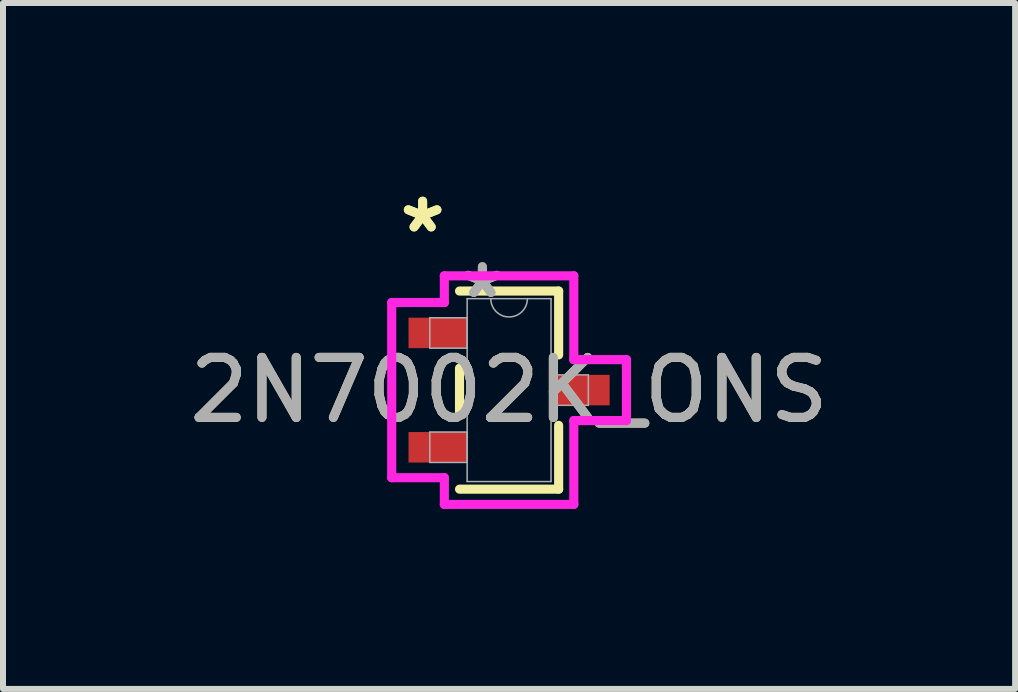
<source format=kicad_pcb>
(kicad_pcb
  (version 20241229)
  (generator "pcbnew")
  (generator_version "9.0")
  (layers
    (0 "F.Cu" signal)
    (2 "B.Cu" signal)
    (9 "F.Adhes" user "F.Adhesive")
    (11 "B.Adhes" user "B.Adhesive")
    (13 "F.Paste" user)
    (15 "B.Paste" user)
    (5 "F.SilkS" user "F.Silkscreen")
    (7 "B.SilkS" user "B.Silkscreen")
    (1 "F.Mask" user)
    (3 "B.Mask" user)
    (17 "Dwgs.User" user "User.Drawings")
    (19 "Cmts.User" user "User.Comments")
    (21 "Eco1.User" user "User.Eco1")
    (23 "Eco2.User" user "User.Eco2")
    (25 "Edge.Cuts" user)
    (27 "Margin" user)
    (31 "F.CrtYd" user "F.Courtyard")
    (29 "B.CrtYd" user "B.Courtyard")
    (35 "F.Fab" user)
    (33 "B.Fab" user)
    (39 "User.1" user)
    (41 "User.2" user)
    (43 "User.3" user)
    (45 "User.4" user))
  (footprint "2N7002K_ONS"
    (layer "F.Cu")
    (at 5.435 3.452)
    (property "Reference" "2N7002K_ONS" (at 0 0 0) (unlocked yes) (layer "F.SilkS") (effects (font (size 1 1) (thickness 0.15))))
    (attr smd)
    (fp_line (start -0.826 -0.366) (end -0.826 0.366) (stroke (width 0.152) (type solid)) (layer "F.SilkS"))
    (fp_line (start -0.826 1.651) (end 0.826 1.651) (stroke (width 0.152) (type solid)) (layer "F.SilkS"))
    (fp_line (start 0.826 -1.651) (end -0.826 -1.651) (stroke (width 0.152) (type solid)) (layer "F.SilkS"))
    (fp_line (start 0.826 -0.587) (end 0.826 -1.651) (stroke (width 0.152) (type solid)) (layer "F.SilkS"))
    (fp_line (start 0.826 1.651) (end 0.826 0.587) (stroke (width 0.152) (type solid)) (layer "F.SilkS"))
    (fp_line (start -1.956 -1.46) (end -1.079 -1.46) (stroke (width 0.152) (type solid)) (layer "F.CrtYd"))
    (fp_line (start -1.956 1.46) (end -1.956 -1.46) (stroke (width 0.152) (type solid)) (layer "F.CrtYd"))
    (fp_line (start -1.079 -1.905) (end 1.079 -1.905) (stroke (width 0.152) (type solid)) (layer "F.CrtYd"))
    (fp_line (start -1.079 -1.46) (end -1.079 -1.905) (stroke (width 0.152) (type solid)) (layer "F.CrtYd"))
    (fp_line (start -1.079 1.46) (end -1.956 1.46) (stroke (width 0.152) (type solid)) (layer "F.CrtYd"))
    (fp_line (start -1.079 1.905) (end -1.079 1.46) (stroke (width 0.152) (type solid)) (layer "F.CrtYd"))
    (fp_line (start 1.079 -1.905) (end 1.079 -0.508) (stroke (width 0.152) (type solid)) (layer "F.CrtYd"))
    (fp_line (start 1.079 -0.508) (end 1.956 -0.508) (stroke (width 0.152) (type solid)) (layer "F.CrtYd"))
    (fp_line (start 1.079 0.508) (end 1.079 1.905) (stroke (width 0.152) (type solid)) (layer "F.CrtYd"))
    (fp_line (start 1.079 1.905) (end -1.079 1.905) (stroke (width 0.152) (type solid)) (layer "F.CrtYd"))
    (fp_line (start 1.956 -0.508) (end 1.956 0.508) (stroke (width 0.152) (type solid)) (layer "F.CrtYd"))
    (fp_line (start 1.956 0.508) (end 1.079 0.508) (stroke (width 0.152) (type solid)) (layer "F.CrtYd"))
    (fp_line (start -1.321 -1.206) (end -1.321 -0.699) (stroke (width 0.025) (type solid)) (layer "F.Fab"))
    (fp_line (start -1.321 -0.699) (end -0.699 -0.699) (stroke (width 0.025) (type solid)) (layer "F.Fab"))
    (fp_line (start -1.321 0.699) (end -1.321 1.206) (stroke (width 0.025) (type solid)) (layer "F.Fab"))
    (fp_line (start -1.321 1.206) (end -0.699 1.206) (stroke (width 0.025) (type solid)) (layer "F.Fab"))
    (fp_line (start -0.699 -1.524) (end -0.699 1.524) (stroke (width 0.025) (type solid)) (layer "F.Fab"))
    (fp_line (start -0.699 -1.206) (end -1.321 -1.206) (stroke (width 0.025) (type solid)) (layer "F.Fab"))
    (fp_line (start -0.699 -0.699) (end -0.699 -1.206) (stroke (width 0.025) (type solid)) (layer "F.Fab"))
    (fp_line (start -0.699 0.699) (end -1.321 0.699) (stroke (width 0.025) (type solid)) (layer "F.Fab"))
    (fp_line (start -0.699 1.206) (end -0.699 0.699) (stroke (width 0.025) (type solid)) (layer "F.Fab"))
    (fp_line (start -0.699 1.524) (end 0.699 1.524) (stroke (width 0.025) (type solid)) (layer "F.Fab"))
    (fp_line (start 0.699 -1.524) (end -0.699 -1.524) (stroke (width 0.025) (type solid)) (layer "F.Fab"))
    (fp_line (start 0.699 -0.254) (end 0.699 0.254) (stroke (width 0.025) (type solid)) (layer "F.Fab"))
    (fp_line (start 0.699 0.254) (end 1.321 0.254) (stroke (width 0.025) (type solid)) (layer "F.Fab"))
    (fp_line (start 0.699 1.524) (end 0.699 -1.524) (stroke (width 0.025) (type solid)) (layer "F.Fab"))
    (fp_line (start 1.321 -0.254) (end 0.699 -0.254) (stroke (width 0.025) (type solid)) (layer "F.Fab"))
    (fp_line (start 1.321 0.254) (end 1.321 -0.254) (stroke (width 0.025) (type solid)) (layer "F.Fab"))
    (fp_arc (start 0.3048 -1.524) (mid 0 -1.2192) (end -0.3048 -1.524) (stroke (width 0.0254) (type solid)) (layer "F.Fab"))
    (fp_text user "*" (at -1.441 -2.603 0) (unlocked yes) (layer "F.SilkS") (effects (font (size 1 1) (thickness 0.15))))
    (fp_text user "*" (at -1.441 -2.603 0) (layer "F.SilkS") (effects (font (size 1 1) (thickness 0.15))))
    (fp_text user "*" (at -0.445 -1.511 0) (layer "F.Fab") (effects (font (size 1 1) (thickness 0.15))))
    (fp_text user "*" (at -0.445 -1.511 0) (unlocked yes) (layer "F.Fab") (effects (font (size 1 1) (thickness 0.15))))
    (fp_text user "${REFERENCE}" (at 0 0 0) (unlocked yes) (layer "F.Fab") (effects (font (size 1 1) (thickness 0.15))))
    (pad "1" smd rect (at -1.187 -0.953) (size 0.978 0.508) (layers "F.Cu" "F.Mask" "F.Paste"))
    (pad "2" smd rect (at -1.187 0.953) (size 0.978 0.508) (layers "F.Cu" "F.Mask" "F.Paste"))
    (pad "3" smd rect (at 1.187 0) (size 0.978 0.508) (layers "F.Cu" "F.Mask" "F.Paste")))
  (gr_rect
    (start -3 -3)
    (end 13.869 8.433)
    (stroke (width 0.1) (type default))
    (fill no)
    (layer "Edge.Cuts")))
</source>
